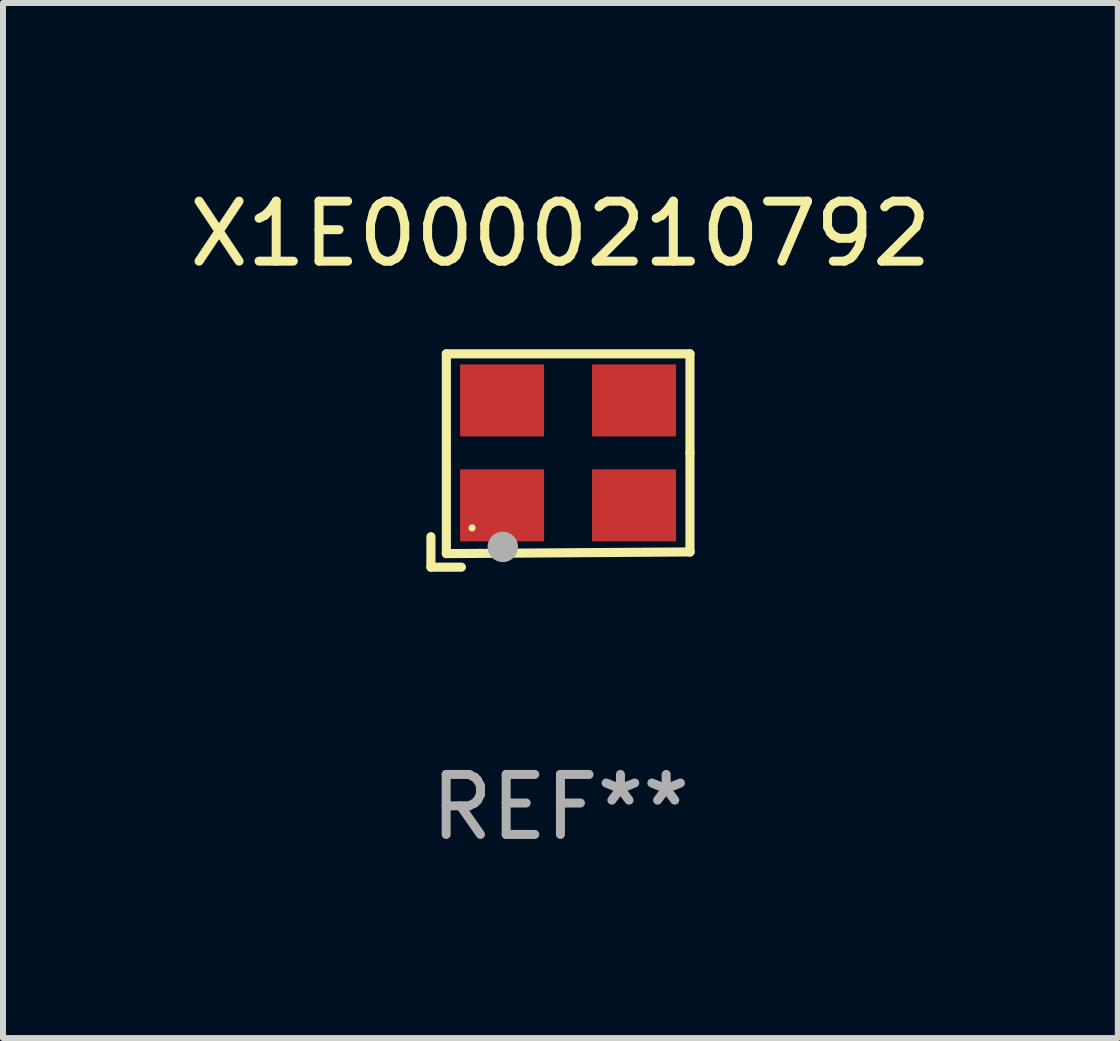
<source format=kicad_pcb>
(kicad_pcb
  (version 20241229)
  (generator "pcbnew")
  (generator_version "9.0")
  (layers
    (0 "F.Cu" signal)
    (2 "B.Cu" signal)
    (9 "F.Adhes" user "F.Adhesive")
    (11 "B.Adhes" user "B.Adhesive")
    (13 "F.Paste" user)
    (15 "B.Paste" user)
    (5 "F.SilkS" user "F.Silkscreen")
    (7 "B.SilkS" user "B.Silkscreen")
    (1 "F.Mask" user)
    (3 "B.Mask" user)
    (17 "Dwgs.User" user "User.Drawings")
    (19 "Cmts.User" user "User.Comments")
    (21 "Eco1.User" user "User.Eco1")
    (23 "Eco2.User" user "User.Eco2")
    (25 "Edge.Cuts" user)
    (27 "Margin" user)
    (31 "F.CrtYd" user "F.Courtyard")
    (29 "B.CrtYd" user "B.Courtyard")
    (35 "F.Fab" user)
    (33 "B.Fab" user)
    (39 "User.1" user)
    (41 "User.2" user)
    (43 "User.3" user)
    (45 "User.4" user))
  (footprint "X1E0000210792"
    (layer "F.Cu")
    (at 6.292 4.626)
    (property "Reference" "X1E0000210792" (at 0 -3.778 0) (layer "F.SilkS") (effects (font (size 1 1) (thickness 0.15))))
    (attr through_hole)
    (fp_line (start -2.159 1.27) (end -2.159 1.778) (stroke (width 0.152) (type solid)) (layer "F.SilkS"))
    (fp_line (start -2.159 1.778) (end -1.651 1.778) (stroke (width 0.152) (type solid)) (layer "F.SilkS"))
    (fp_line (start -1.902 -1.778) (end 2.159 -1.778) (stroke (width 0.152) (type solid)) (layer "F.SilkS"))
    (fp_line (start -1.902 1.552) (end -1.902 -1.778) (stroke (width 0.152) (type solid)) (layer "F.SilkS"))
    (fp_line (start 2.159 -1.778) (end 2.159 -0.127) (stroke (width 0.152) (type solid)) (layer "F.SilkS"))
    (fp_line (start 2.159 -0.127) (end 2.159 1.524) (stroke (width 0.152) (type solid)) (layer "F.SilkS"))
    (fp_line (start 2.159 1.524) (end -1.902 1.552) (stroke (width 0.152) (type solid)) (layer "F.SilkS"))
    (fp_line (start 2.159 1.524) (end 2.159 1.524) (stroke (width 0.152) (type solid)) (layer "F.SilkS"))
    (fp_circle (center -1.473 1.123) (end -1.443 1.123) (stroke (width 0.06) (type solid)) (fill no) (layer "F.SilkS"))
    (fp_circle (center -0.961 1.44) (end -0.834 1.44) (stroke (width 0.254) (type solid)) (fill no) (layer "F.Fab"))
    (fp_text user "REF**" (at 0 5.778 0) (layer "F.Fab") (effects (font (size 1 1) (thickness 0.15))))
    (pad "1" smd rect (at -0.973 0.748) (size 1.4 1.2) (layers "F.Cu" "F.Mask" "F.Paste"))
    (pad "2" smd rect (at 1.227 0.748) (size 1.4 1.2) (layers "F.Cu" "F.Mask" "F.Paste"))
    (pad "3" smd rect (at 1.227 -1.002) (size 1.4 1.2) (layers "F.Cu" "F.Mask" "F.Paste"))
    (pad "4" smd rect (at -0.973 -1.002) (size 1.4 1.2) (layers "F.Cu" "F.Mask" "F.Paste")))
  (gr_rect
    (start -3 -3)
    (end 15.583 14.253)
    (stroke (width 0.1) (type default))
    (fill no)
    (layer "Edge.Cuts")))
</source>
